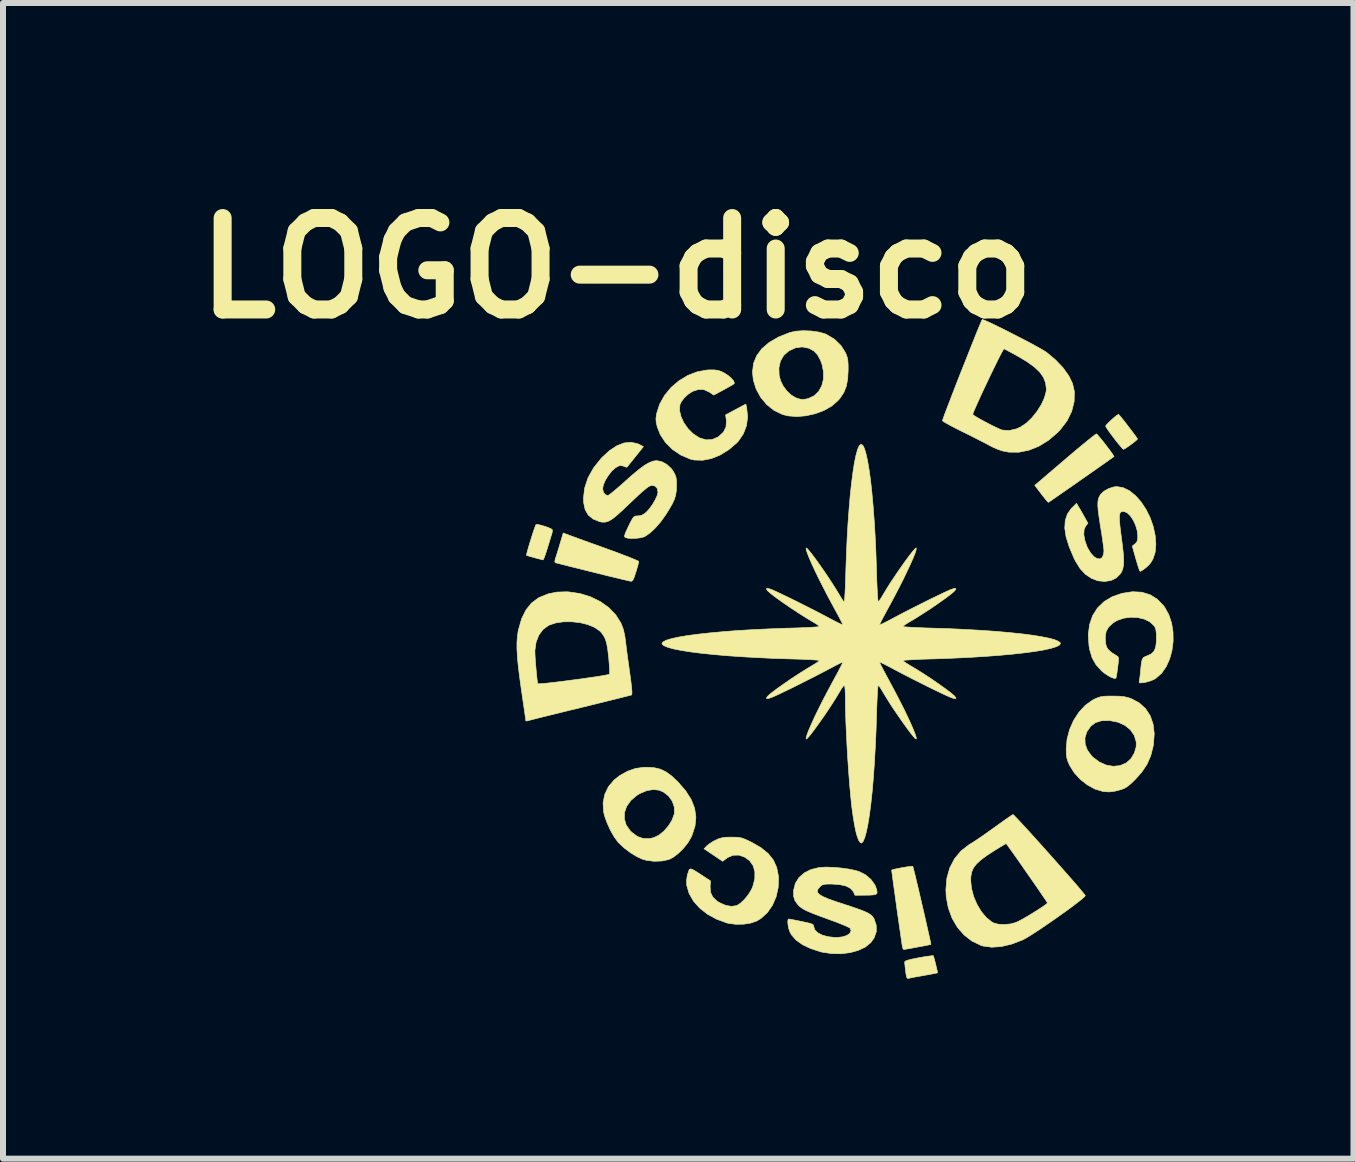
<source format=kicad_pcb>
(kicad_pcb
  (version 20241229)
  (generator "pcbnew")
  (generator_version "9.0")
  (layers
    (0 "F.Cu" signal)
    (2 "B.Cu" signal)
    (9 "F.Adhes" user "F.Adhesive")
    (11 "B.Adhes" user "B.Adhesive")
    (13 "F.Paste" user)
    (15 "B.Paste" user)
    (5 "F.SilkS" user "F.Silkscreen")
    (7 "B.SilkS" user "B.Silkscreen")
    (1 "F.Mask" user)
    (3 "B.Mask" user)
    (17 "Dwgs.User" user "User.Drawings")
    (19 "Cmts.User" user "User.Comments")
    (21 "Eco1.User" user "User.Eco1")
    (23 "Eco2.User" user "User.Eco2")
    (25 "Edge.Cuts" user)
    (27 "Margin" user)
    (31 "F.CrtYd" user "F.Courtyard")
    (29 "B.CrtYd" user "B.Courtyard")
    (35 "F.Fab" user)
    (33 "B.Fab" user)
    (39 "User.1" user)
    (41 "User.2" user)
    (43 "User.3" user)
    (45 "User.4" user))
  (footprint "LOGO-disco"
    (layer "F.Cu")
    (at 11.038 7.768)
    (property "Reference" "LOGO-disco" (at -3.81 -6.35 0) (layer "F.SilkS") (effects (font (size 1.524 1.524) (thickness 0.3))))
    (attr through_hole)
    (fp_poly (pts (xy 1.465 5.108) (xy 1.472 5.129) (xy 1.485 5.174) (xy 1.5 5.233) (xy 1.515 5.296) (xy 1.528 5.35) (xy 1.535 5.386) (xy 1.535 5.394) (xy 1.516 5.399) (xy 1.468 5.408) (xy 1.397 5.422) (xy 1.311 5.437) (xy 1.307 5.438) (xy 1.217 5.454) (xy 1.138 5.468) (xy 1.08 5.48) (xy 1.051 5.486) (xy 1.033 5.485) (xy 1.021 5.466) (xy 1.011 5.42) (xy 1.004 5.368) (xy 0.996 5.299) (xy 0.99 5.243) (xy 0.988 5.213) (xy 0.999 5.199) (xy 1.036 5.184) (xy 1.101 5.167) (xy 1.2 5.147) (xy 1.222 5.143) (xy 1.311 5.127) (xy 1.386 5.116) (xy 1.439 5.109) (xy 1.464 5.108) (xy 1.465 5.108)) (stroke (width 0.01) (type solid)) (fill yes) (layer "F.SilkS"))
    (fp_poly (pts (xy 4.566 -3.898) (xy 4.598 -3.86) (xy 4.642 -3.806) (xy 4.692 -3.741) (xy 4.744 -3.673) (xy 4.793 -3.609) (xy 4.834 -3.554) (xy 4.86 -3.517) (xy 4.868 -3.504) (xy 4.856 -3.488) (xy 4.821 -3.458) (xy 4.773 -3.421) (xy 4.721 -3.383) (xy 4.674 -3.351) (xy 4.641 -3.333) (xy 4.633 -3.33) (xy 4.617 -3.344) (xy 4.583 -3.383) (xy 4.536 -3.44) (xy 4.481 -3.509) (xy 4.478 -3.514) (xy 4.424 -3.586) (xy 4.379 -3.648) (xy 4.349 -3.694) (xy 4.337 -3.718) (xy 4.337 -3.718) (xy 4.35 -3.738) (xy 4.384 -3.774) (xy 4.429 -3.817) (xy 4.478 -3.86) (xy 4.52 -3.894) (xy 4.548 -3.912) (xy 4.552 -3.913) (xy 4.566 -3.898)) (stroke (width 0.01) (type solid)) (fill yes) (layer "F.SilkS"))
    (fp_poly (pts (xy -5.085 -2.069) (xy -5.026 -2.052) (xy -4.965 -2.032) (xy -4.915 -2.011) (xy -4.887 -1.995) (xy -4.882 -1.97) (xy -4.89 -1.928) (xy -4.891 -1.927) (xy -4.904 -1.886) (xy -4.924 -1.82) (xy -4.949 -1.738) (xy -4.967 -1.679) (xy -4.992 -1.601) (xy -5.014 -1.538) (xy -5.031 -1.498) (xy -5.038 -1.488) (xy -5.062 -1.493) (xy -5.112 -1.506) (xy -5.176 -1.523) (xy -5.18 -1.524) (xy -5.244 -1.542) (xy -5.292 -1.556) (xy -5.314 -1.564) (xy -5.314 -1.565) (xy -5.311 -1.585) (xy -5.299 -1.632) (xy -5.28 -1.7) (xy -5.256 -1.78) (xy -5.23 -1.863) (xy -5.205 -1.942) (xy -5.182 -2.01) (xy -5.164 -2.058) (xy -5.155 -2.077) (xy -5.132 -2.078) (xy -5.085 -2.069)) (stroke (width 0.01) (type solid)) (fill yes) (layer "F.SilkS"))
    (fp_poly (pts (xy 4.202 -3.572) (xy 4.235 -3.533) (xy 4.279 -3.48) (xy 4.329 -3.417) (xy 4.378 -3.352) (xy 4.422 -3.293) (xy 4.456 -3.245) (xy 4.474 -3.216) (xy 4.476 -3.21) (xy 4.454 -3.194) (xy 4.406 -3.16) (xy 4.337 -3.111) (xy 4.251 -3.051) (xy 4.152 -2.981) (xy 4.045 -2.906) (xy 3.933 -2.828) (xy 3.821 -2.749) (xy 3.713 -2.674) (xy 3.613 -2.605) (xy 3.526 -2.544) (xy 3.456 -2.496) (xy 3.407 -2.462) (xy 3.383 -2.447) (xy 3.382 -2.446) (xy 3.367 -2.46) (xy 3.336 -2.497) (xy 3.292 -2.552) (xy 3.264 -2.588) (xy 3.156 -2.73) (xy 3.229 -2.792) (xy 3.262 -2.82) (xy 3.319 -2.869) (xy 3.396 -2.935) (xy 3.489 -3.014) (xy 3.593 -3.103) (xy 3.704 -3.198) (xy 3.735 -3.224) (xy 3.843 -3.316) (xy 3.943 -3.399) (xy 4.031 -3.471) (xy 4.102 -3.528) (xy 4.153 -3.568) (xy 4.181 -3.586) (xy 4.185 -3.588) (xy 4.202 -3.572)) (stroke (width 0.01) (type solid)) (fill yes) (layer "F.SilkS"))
    (fp_poly (pts (xy -4.585 -1.892) (xy -4.537 -1.875) (xy -4.459 -1.846) (xy -4.357 -1.809) (xy -4.238 -1.766) (xy -4.106 -1.719) (xy -3.969 -1.669) (xy -3.956 -1.664) (xy -3.825 -1.617) (xy -3.707 -1.572) (xy -3.605 -1.533) (xy -3.524 -1.5) (xy -3.469 -1.476) (xy -3.444 -1.462) (xy -3.443 -1.461) (xy -3.448 -1.435) (xy -3.462 -1.383) (xy -3.482 -1.314) (xy -3.491 -1.285) (xy -3.517 -1.205) (xy -3.538 -1.157) (xy -3.558 -1.134) (xy -3.571 -1.131) (xy -3.596 -1.136) (xy -3.654 -1.149) (xy -3.739 -1.169) (xy -3.846 -1.195) (xy -3.972 -1.225) (xy -4.112 -1.26) (xy -4.205 -1.283) (xy -4.35 -1.319) (xy -4.485 -1.353) (xy -4.603 -1.382) (xy -4.701 -1.407) (xy -4.775 -1.426) (xy -4.819 -1.437) (xy -4.83 -1.44) (xy -4.842 -1.454) (xy -4.838 -1.488) (xy -4.826 -1.528) (xy -4.808 -1.584) (xy -4.784 -1.662) (xy -4.758 -1.747) (xy -4.751 -1.772) (xy -4.702 -1.936) (xy -4.585 -1.892)) (stroke (width 0.01) (type solid)) (fill yes) (layer "F.SilkS"))
    (fp_poly (pts (xy 1.123 3.619) (xy 1.129 3.639) (xy 1.142 3.69) (xy 1.162 3.767) (xy 1.185 3.866) (xy 1.213 3.981) (xy 1.242 4.107) (xy 1.273 4.24) (xy 1.304 4.373) (xy 1.334 4.503) (xy 1.361 4.624) (xy 1.385 4.73) (xy 1.405 4.818) (xy 1.418 4.882) (xy 1.425 4.916) (xy 1.425 4.921) (xy 1.406 4.925) (xy 1.359 4.935) (xy 1.292 4.948) (xy 1.215 4.962) (xy 1.136 4.977) (xy 1.064 4.99) (xy 1.007 5) (xy 0.976 5.004) (xy 0.972 5.005) (xy 0.959 4.989) (xy 0.951 4.962) (xy 0.946 4.936) (xy 0.938 4.879) (xy 0.926 4.796) (xy 0.911 4.691) (xy 0.894 4.572) (xy 0.875 4.442) (xy 0.856 4.308) (xy 0.838 4.174) (xy 0.82 4.046) (xy 0.804 3.929) (xy 0.79 3.829) (xy 0.78 3.752) (xy 0.773 3.701) (xy 0.771 3.683) (xy 0.788 3.675) (xy 0.833 3.664) (xy 0.895 3.651) (xy 0.964 3.638) (xy 1.031 3.627) (xy 1.086 3.62) (xy 1.119 3.618) (xy 1.123 3.619)) (stroke (width 0.01) (type solid)) (fill yes) (layer "F.SilkS"))
    (fp_poly (pts (xy -3.19 1.975) (xy -3.086 1.999) (xy -2.991 2.044) (xy -2.895 2.114) (xy -2.794 2.209) (xy -2.663 2.359) (xy -2.569 2.507) (xy -2.512 2.653) (xy -2.491 2.8) (xy -2.506 2.949) (xy -2.556 3.102) (xy -2.572 3.137) (xy -2.628 3.231) (xy -2.703 3.324) (xy -2.787 3.406) (xy -2.873 3.471) (xy -2.943 3.506) (xy -3.058 3.53) (xy -3.188 3.535) (xy -3.315 3.519) (xy -3.383 3.5) (xy -3.478 3.456) (xy -3.583 3.391) (xy -3.685 3.314) (xy -3.77 3.235) (xy -3.791 3.213) (xy -3.854 3.126) (xy -3.916 3.017) (xy -3.97 2.898) (xy -3.996 2.827) (xy -3.684 2.827) (xy -3.653 2.93) (xy -3.588 3.024) (xy -3.562 3.05) (xy -3.467 3.121) (xy -3.368 3.156) (xy -3.261 3.156) (xy -3.196 3.142) (xy -3.11 3.102) (xy -3.025 3.033) (xy -2.949 2.946) (xy -2.889 2.85) (xy -2.853 2.752) (xy -2.849 2.733) (xy -2.851 2.631) (xy -2.885 2.533) (xy -2.946 2.448) (xy -3.03 2.382) (xy -3.104 2.35) (xy -3.202 2.339) (xy -3.312 2.358) (xy -3.425 2.406) (xy -3.477 2.438) (xy -3.577 2.523) (xy -3.645 2.619) (xy -3.681 2.722) (xy -3.684 2.827) (xy -3.996 2.827) (xy -4.011 2.785) (xy -4.029 2.712) (xy -4.038 2.562) (xy -4.01 2.421) (xy -3.949 2.293) (xy -3.855 2.181) (xy -3.761 2.107) (xy -3.627 2.033) (xy -3.498 1.988) (xy -3.362 1.969) (xy -3.311 1.968) (xy -3.19 1.975)) (stroke (width 0.01) (type solid)) (fill yes) (layer "F.SilkS"))
    (fp_poly (pts (xy -2.177 -4.653) (xy -2.119 -4.645) (xy -2.065 -4.626) (xy -2.017 -4.601) (xy -1.952 -4.559) (xy -1.899 -4.513) (xy -1.863 -4.47) (xy -1.85 -4.436) (xy -1.856 -4.422) (xy -1.879 -4.407) (xy -1.927 -4.379) (xy -1.991 -4.343) (xy -2.033 -4.32) (xy -2.194 -4.234) (xy -2.266 -4.283) (xy -2.355 -4.324) (xy -2.448 -4.328) (xy -2.547 -4.296) (xy -2.552 -4.293) (xy -2.622 -4.247) (xy -2.687 -4.186) (xy -2.736 -4.121) (xy -2.758 -4.072) (xy -2.764 -3.979) (xy -2.74 -3.877) (xy -2.692 -3.773) (xy -2.624 -3.676) (xy -2.54 -3.592) (xy -2.445 -3.529) (xy -2.423 -3.518) (xy -2.318 -3.488) (xy -2.222 -3.493) (xy -2.127 -3.533) (xy -2.107 -3.547) (xy -2.031 -3.618) (xy -1.989 -3.704) (xy -1.983 -3.803) (xy -1.984 -3.816) (xy -1.996 -3.904) (xy -1.828 -3.994) (xy -1.659 -4.084) (xy -1.645 -4.022) (xy -1.629 -3.873) (xy -1.648 -3.726) (xy -1.7 -3.589) (xy -1.782 -3.468) (xy -1.809 -3.439) (xy -1.945 -3.323) (xy -2.088 -3.235) (xy -2.234 -3.176) (xy -2.378 -3.148) (xy -2.516 -3.152) (xy -2.587 -3.168) (xy -2.743 -3.235) (xy -2.882 -3.328) (xy -2.997 -3.443) (xy -3.084 -3.575) (xy -3.135 -3.703) (xy -3.152 -3.778) (xy -3.157 -3.839) (xy -3.148 -3.907) (xy -3.145 -3.927) (xy -3.095 -4.083) (xy -3.013 -4.229) (xy -2.905 -4.36) (xy -2.774 -4.472) (xy -2.628 -4.561) (xy -2.469 -4.622) (xy -2.305 -4.652) (xy -2.258 -4.654) (xy -2.177 -4.653)) (stroke (width 0.01) (type solid)) (fill yes) (layer "F.SilkS"))
    (fp_poly (pts (xy -0.572 -5.302) (xy -0.448 -5.285) (xy -0.344 -5.257) (xy -0.318 -5.246) (xy -0.182 -5.165) (xy -0.074 -5.06) (xy -0.005 -4.951) (xy 0.019 -4.899) (xy 0.034 -4.852) (xy 0.042 -4.8) (xy 0.046 -4.732) (xy 0.046 -4.647) (xy 0.038 -4.501) (xy 0.015 -4.38) (xy -0.026 -4.277) (xy -0.09 -4.181) (xy -0.125 -4.141) (xy -0.227 -4.052) (xy -0.355 -3.979) (xy -0.502 -3.924) (xy -0.657 -3.889) (xy -0.812 -3.876) (xy -0.958 -3.888) (xy -1.048 -3.911) (xy -1.187 -3.978) (xy -1.31 -4.075) (xy -1.411 -4.196) (xy -1.487 -4.334) (xy -1.534 -4.484) (xy -1.548 -4.619) (xy -1.539 -4.688) (xy -1.108 -4.688) (xy -1.104 -4.565) (xy -1.08 -4.472) (xy -1.038 -4.387) (xy -0.976 -4.304) (xy -0.903 -4.235) (xy -0.829 -4.19) (xy -0.818 -4.186) (xy -0.754 -4.166) (xy -0.705 -4.161) (xy -0.652 -4.169) (xy -0.616 -4.178) (xy -0.521 -4.222) (xy -0.446 -4.294) (xy -0.394 -4.387) (xy -0.366 -4.497) (xy -0.364 -4.618) (xy -0.389 -4.744) (xy -0.415 -4.815) (xy -0.464 -4.905) (xy -0.522 -4.967) (xy -0.599 -5.01) (xy -0.614 -5.016) (xy -0.72 -5.037) (xy -0.831 -5.022) (xy -0.943 -4.97) (xy -0.945 -4.968) (xy -1.028 -4.895) (xy -1.083 -4.8) (xy -1.108 -4.688) (xy -1.539 -4.688) (xy -1.531 -4.761) (xy -1.478 -4.891) (xy -1.391 -5.008) (xy -1.27 -5.111) (xy -1.116 -5.201) (xy -0.93 -5.275) (xy -0.925 -5.277) (xy -0.823 -5.299) (xy -0.701 -5.307) (xy -0.572 -5.302)) (stroke (width 0.01) (type solid)) (fill yes) (layer "F.SilkS"))
    (fp_poly (pts (xy 4.563 0.784) (xy 4.64 0.791) (xy 4.704 0.805) (xy 4.762 0.824) (xy 4.896 0.895) (xy 5.002 0.991) (xy 5.08 1.11) (xy 5.128 1.25) (xy 5.147 1.409) (xy 5.134 1.586) (xy 5.129 1.617) (xy 5.089 1.776) (xy 5.028 1.916) (xy 4.941 2.047) (xy 4.835 2.166) (xy 4.761 2.238) (xy 4.702 2.287) (xy 4.65 2.319) (xy 4.6 2.338) (xy 4.486 2.368) (xy 4.39 2.379) (xy 4.296 2.372) (xy 4.288 2.37) (xy 4.161 2.332) (xy 4.034 2.263) (xy 3.916 2.171) (xy 3.815 2.061) (xy 3.741 1.944) (xy 3.709 1.874) (xy 3.691 1.815) (xy 3.682 1.749) (xy 3.68 1.668) (xy 3.694 1.503) (xy 3.7 1.479) (xy 3.992 1.479) (xy 3.996 1.583) (xy 4.034 1.686) (xy 4.106 1.782) (xy 4.123 1.799) (xy 4.231 1.88) (xy 4.347 1.932) (xy 4.464 1.952) (xy 4.577 1.941) (xy 4.68 1.896) (xy 4.685 1.893) (xy 4.761 1.823) (xy 4.816 1.731) (xy 4.846 1.629) (xy 4.847 1.546) (xy 4.814 1.437) (xy 4.75 1.344) (xy 4.659 1.27) (xy 4.545 1.218) (xy 4.412 1.191) (xy 4.393 1.189) (xy 4.269 1.193) (xy 4.168 1.224) (xy 4.089 1.283) (xy 4.026 1.373) (xy 4.024 1.377) (xy 3.992 1.479) (xy 3.7 1.479) (xy 3.736 1.341) (xy 3.803 1.188) (xy 3.892 1.051) (xy 3.998 0.936) (xy 4.118 0.85) (xy 4.154 0.831) (xy 4.208 0.808) (xy 4.256 0.793) (xy 4.311 0.785) (xy 4.383 0.782) (xy 4.459 0.782) (xy 4.563 0.784)) (stroke (width 0.01) (type solid)) (fill yes) (layer "F.SilkS"))
    (fp_poly (pts (xy -1.824 3.134) (xy -1.767 3.138) (xy -1.717 3.15) (xy -1.661 3.172) (xy -1.587 3.207) (xy -1.558 3.221) (xy -1.405 3.31) (xy -1.287 3.406) (xy -1.201 3.513) (xy -1.145 3.636) (xy -1.117 3.776) (xy -1.114 3.809) (xy -1.12 3.971) (xy -1.154 4.126) (xy -1.215 4.267) (xy -1.299 4.389) (xy -1.404 4.485) (xy -1.475 4.529) (xy -1.575 4.564) (xy -1.695 4.583) (xy -1.823 4.585) (xy -1.945 4.57) (xy -1.976 4.562) (xy -2.146 4.5) (xy -2.298 4.417) (xy -2.427 4.316) (xy -2.53 4.201) (xy -2.603 4.074) (xy -2.643 3.94) (xy -2.644 3.931) (xy -2.646 3.847) (xy -2.632 3.759) (xy -2.607 3.685) (xy -2.598 3.67) (xy -2.584 3.662) (xy -2.559 3.667) (xy -2.516 3.688) (xy -2.451 3.729) (xy -2.414 3.753) (xy -2.248 3.862) (xy -2.254 3.958) (xy -2.247 4.053) (xy -2.21 4.131) (xy -2.141 4.197) (xy -2.099 4.224) (xy -1.998 4.269) (xy -1.9 4.286) (xy -1.814 4.274) (xy -1.806 4.271) (xy -1.746 4.232) (xy -1.68 4.169) (xy -1.617 4.091) (xy -1.566 4.008) (xy -1.544 3.959) (xy -1.51 3.83) (xy -1.508 3.712) (xy -1.537 3.609) (xy -1.596 3.525) (xy -1.675 3.467) (xy -1.774 3.432) (xy -1.871 3.434) (xy -1.963 3.473) (xy -1.982 3.487) (xy -2.045 3.535) (xy -2.2 3.431) (xy -2.355 3.327) (xy -2.312 3.281) (xy -2.272 3.248) (xy -2.212 3.209) (xy -2.165 3.184) (xy -2.105 3.157) (xy -2.049 3.142) (xy -1.985 3.134) (xy -1.899 3.133) (xy -1.824 3.134)) (stroke (width 0.01) (type solid)) (fill yes) (layer "F.SilkS"))
    (fp_poly (pts (xy 4.94 -0.949) (xy 5.078 -0.907) (xy 5.199 -0.831) (xy 5.304 -0.722) (xy 5.319 -0.702) (xy 5.389 -0.576) (xy 5.436 -0.436) (xy 5.46 -0.285) (xy 5.462 -0.132) (xy 5.443 0.02) (xy 5.404 0.163) (xy 5.346 0.292) (xy 5.27 0.401) (xy 5.176 0.484) (xy 5.136 0.508) (xy 5.075 0.532) (xy 5.002 0.552) (xy 4.979 0.556) (xy 4.925 0.562) (xy 4.9 0.56) (xy 4.895 0.546) (xy 4.898 0.534) (xy 4.904 0.498) (xy 4.912 0.437) (xy 4.919 0.367) (xy 4.928 0.272) (xy 4.937 0.208) (xy 4.949 0.166) (xy 4.967 0.141) (xy 4.995 0.124) (xy 5.027 0.112) (xy 5.096 0.08) (xy 5.143 0.035) (xy 5.17 -0.028) (xy 5.182 -0.117) (xy 5.183 -0.179) (xy 5.182 -0.263) (xy 5.175 -0.32) (xy 5.162 -0.361) (xy 5.145 -0.389) (xy 5.075 -0.455) (xy 4.981 -0.501) (xy 4.871 -0.527) (xy 4.754 -0.532) (xy 4.636 -0.516) (xy 4.528 -0.478) (xy 4.462 -0.438) (xy 4.388 -0.37) (xy 4.346 -0.297) (xy 4.331 -0.208) (xy 4.332 -0.156) (xy 4.339 -0.084) (xy 4.353 -0.036) (xy 4.379 0.004) (xy 4.392 0.017) (xy 4.441 0.06) (xy 4.492 0.092) (xy 4.499 0.095) (xy 4.543 0.126) (xy 4.553 0.158) (xy 4.55 0.201) (xy 4.543 0.263) (xy 4.534 0.332) (xy 4.525 0.399) (xy 4.516 0.453) (xy 4.509 0.482) (xy 4.508 0.485) (xy 4.481 0.487) (xy 4.433 0.471) (xy 4.374 0.439) (xy 4.312 0.397) (xy 4.271 0.363) (xy 4.178 0.261) (xy 4.112 0.145) (xy 4.071 0.007) (xy 4.06 -0.056) (xy 4.048 -0.241) (xy 4.069 -0.408) (xy 4.12 -0.558) (xy 4.202 -0.687) (xy 4.312 -0.793) (xy 4.449 -0.875) (xy 4.612 -0.931) (xy 4.614 -0.931) (xy 4.785 -0.957) (xy 4.94 -0.949)) (stroke (width 0.01) (type solid)) (fill yes) (layer "F.SilkS"))
    (fp_poly (pts (xy 4.631 -2.69) (xy 4.735 -2.639) (xy 4.834 -2.559) (xy 4.927 -2.455) (xy 5.009 -2.331) (xy 5.078 -2.193) (xy 5.13 -2.045) (xy 5.163 -1.891) (xy 5.174 -1.75) (xy 5.163 -1.617) (xy 5.127 -1.506) (xy 5.093 -1.447) (xy 5.058 -1.404) (xy 5.01 -1.36) (xy 4.961 -1.322) (xy 4.922 -1.3) (xy 4.911 -1.298) (xy 4.901 -1.315) (xy 4.884 -1.361) (xy 4.863 -1.43) (xy 4.84 -1.508) (xy 4.781 -1.718) (xy 4.827 -1.754) (xy 4.856 -1.785) (xy 4.87 -1.825) (xy 4.873 -1.883) (xy 4.863 -1.974) (xy 4.836 -2.066) (xy 4.796 -2.152) (xy 4.747 -2.224) (xy 4.694 -2.274) (xy 4.641 -2.295) (xy 4.635 -2.295) (xy 4.605 -2.292) (xy 4.584 -2.279) (xy 4.571 -2.252) (xy 4.566 -2.206) (xy 4.568 -2.138) (xy 4.577 -2.043) (xy 4.592 -1.918) (xy 4.6 -1.858) (xy 4.62 -1.702) (xy 4.633 -1.578) (xy 4.638 -1.48) (xy 4.635 -1.404) (xy 4.624 -1.344) (xy 4.606 -1.294) (xy 4.584 -1.258) (xy 4.515 -1.188) (xy 4.424 -1.144) (xy 4.32 -1.128) (xy 4.208 -1.14) (xy 4.105 -1.178) (xy 4.002 -1.246) (xy 3.912 -1.342) (xy 3.832 -1.472) (xy 3.81 -1.516) (xy 3.73 -1.705) (xy 3.678 -1.871) (xy 3.656 -2.017) (xy 3.664 -2.143) (xy 3.7 -2.252) (xy 3.765 -2.345) (xy 3.779 -2.358) (xy 3.852 -2.43) (xy 3.889 -2.367) (xy 3.92 -2.316) (xy 3.958 -2.249) (xy 3.985 -2.201) (xy 4.042 -2.098) (xy 4.004 -2.051) (xy 3.978 -1.992) (xy 3.973 -1.91) (xy 3.99 -1.813) (xy 4.026 -1.71) (xy 4.038 -1.685) (xy 4.089 -1.6) (xy 4.143 -1.541) (xy 4.196 -1.509) (xy 4.243 -1.504) (xy 4.281 -1.528) (xy 4.303 -1.582) (xy 4.309 -1.637) (xy 4.306 -1.675) (xy 4.297 -1.742) (xy 4.285 -1.832) (xy 4.269 -1.938) (xy 4.251 -2.048) (xy 4.229 -2.191) (xy 4.214 -2.302) (xy 4.207 -2.388) (xy 4.208 -2.453) (xy 4.216 -2.504) (xy 4.233 -2.545) (xy 4.254 -2.58) (xy 4.309 -2.632) (xy 4.387 -2.676) (xy 4.472 -2.703) (xy 4.526 -2.709) (xy 4.631 -2.69)) (stroke (width 0.01) (type solid)) (fill yes) (layer "F.SilkS"))
    (fp_poly (pts (xy -0.204 3.636) (xy -0.073 3.647) (xy 0.052 3.664) (xy 0.159 3.686) (xy 0.232 3.707) (xy 0.338 3.762) (xy 0.427 3.839) (xy 0.492 3.929) (xy 0.515 3.986) (xy 0.527 4.033) (xy 0.527 4.065) (xy 0.51 4.085) (xy 0.47 4.095) (xy 0.402 4.099) (xy 0.32 4.1) (xy 0.16 4.101) (xy 0.132 4.04) (xy 0.086 3.986) (xy 0.007 3.946) (xy -0.103 3.922) (xy -0.231 3.914) (xy -0.308 3.915) (xy -0.357 3.92) (xy -0.391 3.932) (xy -0.418 3.954) (xy -0.424 3.96) (xy -0.455 3.997) (xy -0.468 4.03) (xy -0.459 4.061) (xy -0.427 4.092) (xy -0.369 4.126) (xy -0.282 4.163) (xy -0.163 4.205) (xy -0.021 4.252) (xy 0.123 4.299) (xy 0.234 4.338) (xy 0.319 4.371) (xy 0.381 4.4) (xy 0.424 4.428) (xy 0.454 4.457) (xy 0.475 4.488) (xy 0.477 4.491) (xy 0.514 4.601) (xy 0.515 4.71) (xy 0.478 4.813) (xy 0.422 4.891) (xy 0.333 4.964) (xy 0.217 5.019) (xy 0.08 5.057) (xy -0.071 5.076) (xy -0.229 5.073) (xy -0.387 5.049) (xy -0.405 5.045) (xy -0.572 4.992) (xy -0.712 4.926) (xy -0.823 4.847) (xy -0.901 4.757) (xy -0.924 4.713) (xy -0.943 4.66) (xy -0.955 4.601) (xy -0.96 4.547) (xy -0.956 4.508) (xy -0.945 4.497) (xy -0.922 4.5) (xy -0.87 4.51) (xy -0.798 4.524) (xy -0.729 4.538) (xy -0.64 4.557) (xy -0.582 4.571) (xy -0.548 4.585) (xy -0.532 4.599) (xy -0.527 4.617) (xy -0.527 4.624) (xy -0.509 4.679) (xy -0.459 4.727) (xy -0.384 4.766) (xy -0.287 4.792) (xy -0.176 4.804) (xy -0.136 4.804) (xy -0.046 4.794) (xy 0.025 4.771) (xy 0.074 4.737) (xy 0.094 4.695) (xy 0.083 4.653) (xy 0.06 4.638) (xy 0.008 4.613) (xy -0.068 4.582) (xy -0.161 4.545) (xy -0.263 4.508) (xy -0.408 4.455) (xy -0.522 4.412) (xy -0.61 4.376) (xy -0.676 4.345) (xy -0.725 4.316) (xy -0.762 4.288) (xy -0.792 4.257) (xy -0.797 4.252) (xy -0.841 4.188) (xy -0.862 4.121) (xy -0.864 4.036) (xy -0.861 4.01) (xy -0.833 3.901) (xy -0.773 3.806) (xy -0.685 3.729) (xy -0.574 3.673) (xy -0.443 3.64) (xy -0.331 3.632) (xy -0.204 3.636)) (stroke (width 0.01) (type solid)) (fill yes) (layer "F.SilkS"))
    (fp_poly (pts (xy 2.308 -5.485) (xy 2.363 -5.462) (xy 2.441 -5.426) (xy 2.537 -5.379) (xy 2.645 -5.326) (xy 2.761 -5.267) (xy 2.88 -5.206) (xy 2.996 -5.146) (xy 3.104 -5.089) (xy 3.199 -5.037) (xy 3.277 -4.993) (xy 3.331 -4.96) (xy 3.349 -4.949) (xy 3.501 -4.822) (xy 3.626 -4.691) (xy 3.722 -4.557) (xy 3.786 -4.425) (xy 3.815 -4.297) (xy 3.816 -4.294) (xy 3.812 -4.125) (xy 3.771 -3.962) (xy 3.694 -3.805) (xy 3.579 -3.655) (xy 3.538 -3.612) (xy 3.387 -3.482) (xy 3.226 -3.383) (xy 3.06 -3.316) (xy 2.891 -3.282) (xy 2.724 -3.283) (xy 2.616 -3.304) (xy 2.542 -3.329) (xy 2.458 -3.366) (xy 2.399 -3.396) (xy 2.346 -3.425) (xy 2.266 -3.466) (xy 2.168 -3.516) (xy 2.06 -3.571) (xy 1.952 -3.624) (xy 1.85 -3.675) (xy 1.76 -3.722) (xy 1.688 -3.761) (xy 1.639 -3.79) (xy 1.618 -3.806) (xy 1.618 -3.807) (xy 1.625 -3.83) (xy 1.644 -3.883) (xy 1.653 -3.91) (xy 2.122 -3.91) (xy 2.153 -3.888) (xy 2.208 -3.854) (xy 2.282 -3.813) (xy 2.364 -3.769) (xy 2.447 -3.726) (xy 2.522 -3.69) (xy 2.581 -3.663) (xy 2.613 -3.651) (xy 2.729 -3.643) (xy 2.851 -3.671) (xy 2.923 -3.704) (xy 3.017 -3.768) (xy 3.109 -3.856) (xy 3.193 -3.961) (xy 3.264 -4.073) (xy 3.316 -4.185) (xy 3.345 -4.289) (xy 3.349 -4.335) (xy 3.337 -4.435) (xy 3.302 -4.528) (xy 3.24 -4.616) (xy 3.148 -4.703) (xy 3.025 -4.792) (xy 2.879 -4.879) (xy 2.796 -4.925) (xy 2.725 -4.963) (xy 2.673 -4.991) (xy 2.645 -5.004) (xy 2.642 -5.005) (xy 2.63 -4.988) (xy 2.605 -4.943) (xy 2.568 -4.873) (xy 2.524 -4.784) (xy 2.473 -4.68) (xy 2.418 -4.567) (xy 2.362 -4.449) (xy 2.306 -4.331) (xy 2.254 -4.219) (xy 2.208 -4.117) (xy 2.169 -4.03) (xy 2.14 -3.963) (xy 2.125 -3.922) (xy 2.122 -3.91) (xy 1.653 -3.91) (xy 1.673 -3.962) (xy 1.711 -4.063) (xy 1.757 -4.182) (xy 1.808 -4.315) (xy 1.863 -4.457) (xy 1.921 -4.605) (xy 1.98 -4.753) (xy 2.038 -4.899) (xy 2.093 -5.038) (xy 2.144 -5.166) (xy 2.189 -5.279) (xy 2.228 -5.372) (xy 2.257 -5.441) (xy 2.275 -5.483) (xy 2.281 -5.494) (xy 2.308 -5.485)) (stroke (width 0.01) (type solid)) (fill yes) (layer "F.SilkS"))
    (fp_poly (pts (xy 2.808 2.768) (xy 2.845 2.806) (xy 2.901 2.865) (xy 2.973 2.943) (xy 3.058 3.035) (xy 3.152 3.14) (xy 3.254 3.252) (xy 3.359 3.37) (xy 3.466 3.49) (xy 3.57 3.608) (xy 3.67 3.721) (xy 3.762 3.825) (xy 3.843 3.918) (xy 3.91 3.997) (xy 3.96 4.057) (xy 3.99 4.095) (xy 3.998 4.107) (xy 3.986 4.125) (xy 3.946 4.16) (xy 3.884 4.21) (xy 3.803 4.272) (xy 3.709 4.342) (xy 3.604 4.417) (xy 3.494 4.495) (xy 3.382 4.572) (xy 3.274 4.646) (xy 3.173 4.713) (xy 3.084 4.77) (xy 3.011 4.814) (xy 2.959 4.843) (xy 2.954 4.845) (xy 2.771 4.915) (xy 2.598 4.956) (xy 2.439 4.967) (xy 2.297 4.948) (xy 2.258 4.936) (xy 2.108 4.864) (xy 1.977 4.762) (xy 1.866 4.634) (xy 1.778 4.483) (xy 1.716 4.314) (xy 1.681 4.13) (xy 1.675 4.008) (xy 1.688 3.854) (xy 2.088 3.854) (xy 2.102 3.988) (xy 2.138 4.124) (xy 2.194 4.255) (xy 2.266 4.374) (xy 2.349 4.473) (xy 2.439 4.545) (xy 2.474 4.564) (xy 2.55 4.584) (xy 2.646 4.589) (xy 2.747 4.58) (xy 2.839 4.556) (xy 2.841 4.555) (xy 2.886 4.534) (xy 2.951 4.5) (xy 3.027 4.456) (xy 3.108 4.407) (xy 3.189 4.357) (xy 3.261 4.31) (xy 3.32 4.27) (xy 3.357 4.241) (xy 3.368 4.228) (xy 3.357 4.211) (xy 3.329 4.168) (xy 3.284 4.103) (xy 3.228 4.02) (xy 3.162 3.925) (xy 3.09 3.821) (xy 3.015 3.714) (xy 2.941 3.607) (xy 2.87 3.505) (xy 2.805 3.413) (xy 2.749 3.335) (xy 2.706 3.275) (xy 2.681 3.24) (xy 2.664 3.248) (xy 2.622 3.272) (xy 2.561 3.308) (xy 2.487 3.354) (xy 2.481 3.358) (xy 2.353 3.441) (xy 2.255 3.514) (xy 2.184 3.58) (xy 2.135 3.644) (xy 2.106 3.711) (xy 2.091 3.787) (xy 2.088 3.854) (xy 1.688 3.854) (xy 1.691 3.818) (xy 1.739 3.646) (xy 1.818 3.494) (xy 1.927 3.363) (xy 2.064 3.256) (xy 2.095 3.238) (xy 2.143 3.208) (xy 2.214 3.161) (xy 2.301 3.101) (xy 2.397 3.033) (xy 2.484 2.971) (xy 2.576 2.905) (xy 2.657 2.847) (xy 2.724 2.801) (xy 2.771 2.769) (xy 2.793 2.756) (xy 2.793 2.756) (xy 2.808 2.768)) (stroke (width 0.01) (type solid)) (fill yes) (layer "F.SilkS"))
    (fp_poly (pts (xy -3.467 -3.425) (xy -3.436 -3.412) (xy -3.366 -3.375) (xy -3.5 -3.207) (xy -3.554 -3.14) (xy -3.599 -3.084) (xy -3.629 -3.046) (xy -3.641 -3.032) (xy -3.66 -3.035) (xy -3.686 -3.047) (xy -3.735 -3.059) (xy -3.771 -3.056) (xy -3.828 -3.026) (xy -3.891 -2.97) (xy -3.95 -2.896) (xy -4 -2.815) (xy -4.034 -2.736) (xy -4.045 -2.674) (xy -4.033 -2.617) (xy -4.001 -2.575) (xy -3.959 -2.559) (xy -3.938 -2.571) (xy -3.893 -2.605) (xy -3.831 -2.656) (xy -3.755 -2.721) (xy -3.671 -2.796) (xy -3.668 -2.799) (xy -3.539 -2.913) (xy -3.431 -3.002) (xy -3.342 -3.067) (xy -3.266 -3.11) (xy -3.202 -3.134) (xy -3.146 -3.142) (xy -3.062 -3.125) (xy -2.977 -3.079) (xy -2.902 -3.01) (xy -2.865 -2.958) (xy -2.838 -2.907) (xy -2.822 -2.86) (xy -2.815 -2.804) (xy -2.814 -2.725) (xy -2.814 -2.719) (xy -2.818 -2.636) (xy -2.829 -2.564) (xy -2.851 -2.494) (xy -2.887 -2.417) (xy -2.94 -2.326) (xy -2.996 -2.237) (xy -3.078 -2.122) (xy -3.166 -2.021) (xy -3.253 -1.939) (xy -3.333 -1.883) (xy -3.358 -1.871) (xy -3.415 -1.856) (xy -3.487 -1.847) (xy -3.563 -1.845) (xy -3.628 -1.85) (xy -3.669 -1.862) (xy -3.679 -1.875) (xy -3.678 -1.899) (xy -3.664 -1.94) (xy -3.635 -2.004) (xy -3.613 -2.05) (xy -3.575 -2.127) (xy -3.547 -2.176) (xy -3.526 -2.204) (xy -3.503 -2.217) (xy -3.475 -2.22) (xy -3.458 -2.22) (xy -3.402 -2.228) (xy -3.35 -2.256) (xy -3.314 -2.286) (xy -3.266 -2.339) (xy -3.216 -2.408) (xy -3.172 -2.483) (xy -3.139 -2.552) (xy -3.124 -2.607) (xy -3.123 -2.614) (xy -3.136 -2.68) (xy -3.173 -2.718) (xy -3.217 -2.728) (xy -3.238 -2.726) (xy -3.263 -2.717) (xy -3.293 -2.699) (xy -3.333 -2.668) (xy -3.385 -2.624) (xy -3.454 -2.562) (xy -3.541 -2.48) (xy -3.651 -2.376) (xy -3.707 -2.322) (xy -3.803 -2.235) (xy -3.879 -2.173) (xy -3.943 -2.135) (xy -4 -2.117) (xy -4.056 -2.117) (xy -4.096 -2.125) (xy -4.204 -2.169) (xy -4.284 -2.234) (xy -4.336 -2.323) (xy -4.361 -2.438) (xy -4.365 -2.513) (xy -4.345 -2.685) (xy -4.289 -2.855) (xy -4.196 -3.021) (xy -4.066 -3.184) (xy -4.053 -3.197) (xy -3.931 -3.309) (xy -3.809 -3.389) (xy -3.69 -3.436) (xy -3.575 -3.448) (xy -3.467 -3.425)) (stroke (width 0.01) (type solid)) (fill yes) (layer "F.SilkS"))
    (fp_poly (pts (xy -4.61 -0.954) (xy -4.423 -0.927) (xy -4.246 -0.872) (xy -4.085 -0.793) (xy -3.944 -0.693) (xy -3.829 -0.575) (xy -3.744 -0.441) (xy -3.742 -0.438) (xy -3.703 -0.339) (xy -3.677 -0.228) (xy -3.665 -0.145) (xy -3.656 -0.069) (xy -3.643 0.034) (xy -3.627 0.155) (xy -3.609 0.283) (xy -3.594 0.392) (xy -3.575 0.532) (xy -3.563 0.637) (xy -3.557 0.709) (xy -3.558 0.75) (xy -3.563 0.763) (xy -3.585 0.769) (xy -3.64 0.783) (xy -3.724 0.804) (xy -3.834 0.832) (xy -3.965 0.864) (xy -4.114 0.901) (xy -4.277 0.941) (xy -4.431 0.979) (xy -4.604 1.021) (xy -4.766 1.061) (xy -4.914 1.097) (xy -5.043 1.129) (xy -5.15 1.156) (xy -5.231 1.177) (xy -5.283 1.19) (xy -5.301 1.195) (xy -5.323 1.197) (xy -5.325 1.194) (xy -5.327 1.174) (xy -5.335 1.121) (xy -5.346 1.041) (xy -5.361 0.939) (xy -5.379 0.818) (xy -5.398 0.685) (xy -5.4 0.673) (xy -5.429 0.462) (xy -5.451 0.283) (xy -5.466 0.131) (xy -5.47 0.046) (xy -5.174 0.046) (xy -5.172 0.098) (xy -5.168 0.172) (xy -5.161 0.26) (xy -5.153 0.352) (xy -5.145 0.439) (xy -5.137 0.512) (xy -5.13 0.561) (xy -5.127 0.575) (xy -5.108 0.577) (xy -5.057 0.574) (xy -4.98 0.567) (xy -4.882 0.556) (xy -4.768 0.543) (xy -4.644 0.527) (xy -4.515 0.51) (xy -4.386 0.493) (xy -4.264 0.475) (xy -4.153 0.459) (xy -4.059 0.444) (xy -3.987 0.431) (xy -3.942 0.421) (xy -3.93 0.417) (xy -3.928 0.394) (xy -3.929 0.342) (xy -3.934 0.267) (xy -3.941 0.175) (xy -3.944 0.146) (xy -3.959 0.015) (xy -3.976 -0.086) (xy -3.998 -0.163) (xy -4.028 -0.224) (xy -4.067 -0.276) (xy -4.095 -0.305) (xy -4.181 -0.364) (xy -4.294 -0.41) (xy -4.423 -0.442) (xy -4.562 -0.457) (xy -4.7 -0.456) (xy -4.828 -0.437) (xy -4.938 -0.4) (xy -4.947 -0.396) (xy -5.039 -0.328) (xy -5.109 -0.233) (xy -5.155 -0.115) (xy -5.174 0.022) (xy -5.174 0.046) (xy -5.47 0.046) (xy -5.473 0.002) (xy -5.473 -0.11) (xy -5.466 -0.209) (xy -5.453 -0.3) (xy -5.447 -0.326) (xy -5.396 -0.505) (xy -5.324 -0.652) (xy -5.231 -0.768) (xy -5.118 -0.852) (xy -5.098 -0.863) (xy -4.955 -0.921) (xy -4.808 -0.951) (xy -4.646 -0.956) (xy -4.61 -0.954)) (stroke (width 0.01) (type solid)) (fill yes) (layer "F.SilkS"))
    (fp_poly (pts (xy 0.291 -3.396) (xy 0.318 -3.343) (xy 0.344 -3.255) (xy 0.37 -3.137) (xy 0.395 -2.99) (xy 0.419 -2.817) (xy 0.441 -2.619) (xy 0.461 -2.399) (xy 0.479 -2.159) (xy 0.495 -1.901) (xy 0.508 -1.627) (xy 0.518 -1.34) (xy 0.52 -1.256) (xy 0.524 -1.128) (xy 0.529 -1.014) (xy 0.534 -0.918) (xy 0.539 -0.845) (xy 0.544 -0.801) (xy 0.547 -0.79) (xy 0.563 -0.805) (xy 0.591 -0.845) (xy 0.623 -0.898) (xy 0.672 -0.98) (xy 0.73 -1.074) (xy 0.796 -1.174) (xy 0.865 -1.277) (xy 0.935 -1.377) (xy 1.001 -1.471) (xy 1.062 -1.553) (xy 1.114 -1.62) (xy 1.153 -1.665) (xy 1.176 -1.686) (xy 1.18 -1.686) (xy 1.18 -1.661) (xy 1.164 -1.607) (xy 1.133 -1.527) (xy 1.088 -1.425) (xy 1.032 -1.305) (xy 0.967 -1.169) (xy 0.893 -1.023) (xy 0.812 -0.868) (xy 0.727 -0.71) (xy 0.721 -0.699) (xy 0.67 -0.605) (xy 0.626 -0.523) (xy 0.593 -0.458) (xy 0.573 -0.417) (xy 0.569 -0.403) (xy 0.587 -0.41) (xy 0.632 -0.431) (xy 0.698 -0.464) (xy 0.779 -0.507) (xy 0.819 -0.528) (xy 0.921 -0.582) (xy 1.038 -0.643) (xy 1.166 -0.708) (xy 1.296 -0.773) (xy 1.422 -0.836) (xy 1.539 -0.892) (xy 1.638 -0.94) (xy 1.715 -0.975) (xy 1.743 -0.988) (xy 1.807 -1.01) (xy 1.839 -1.012) (xy 1.84 -0.995) (xy 1.809 -0.96) (xy 1.764 -0.921) (xy 1.669 -0.849) (xy 1.552 -0.766) (xy 1.423 -0.677) (xy 1.291 -0.591) (xy 1.167 -0.513) (xy 1.068 -0.454) (xy 1.013 -0.421) (xy 0.974 -0.393) (xy 0.96 -0.378) (xy 0.978 -0.373) (xy 1.028 -0.369) (xy 1.106 -0.364) (xy 1.207 -0.359) (xy 1.324 -0.354) (xy 1.425 -0.351) (xy 1.716 -0.342) (xy 1.993 -0.329) (xy 2.256 -0.314) (xy 2.501 -0.297) (xy 2.727 -0.277) (xy 2.932 -0.256) (xy 3.113 -0.233) (xy 3.267 -0.208) (xy 3.394 -0.183) (xy 3.49 -0.156) (xy 3.554 -0.129) (xy 3.583 -0.102) (xy 3.584 -0.094) (xy 3.566 -0.067) (xy 3.512 -0.04) (xy 3.425 -0.013) (xy 3.307 0.013) (xy 3.16 0.038) (xy 2.986 0.061) (xy 2.788 0.083) (xy 2.568 0.103) (xy 2.328 0.121) (xy 2.07 0.137) (xy 1.797 0.15) (xy 1.51 0.161) (xy 1.425 0.163) (xy 1.297 0.167) (xy 1.183 0.172) (xy 1.087 0.177) (xy 1.014 0.182) (xy 0.971 0.186) (xy 0.96 0.19) (xy 0.975 0.206) (xy 1.014 0.233) (xy 1.068 0.266) (xy 1.175 0.33) (xy 1.3 0.408) (xy 1.432 0.495) (xy 1.561 0.584) (xy 1.677 0.667) (xy 1.764 0.733) (xy 1.819 0.781) (xy 1.843 0.813) (xy 1.835 0.825) (xy 1.795 0.818) (xy 1.743 0.799) (xy 1.682 0.772) (xy 1.594 0.731) (xy 1.486 0.679) (xy 1.364 0.619) (xy 1.235 0.554) (xy 1.105 0.489) (xy 0.981 0.425) (xy 0.87 0.367) (xy 0.819 0.34) (xy 0.733 0.294) (xy 0.659 0.256) (xy 0.604 0.229) (xy 0.573 0.216) (xy 0.569 0.215) (xy 0.575 0.233) (xy 0.597 0.278) (xy 0.632 0.345) (xy 0.677 0.429) (xy 0.721 0.511) (xy 0.806 0.669) (xy 0.887 0.824) (xy 0.962 0.971) (xy 1.028 1.107) (xy 1.085 1.229) (xy 1.13 1.332) (xy 1.162 1.414) (xy 1.18 1.47) (xy 1.181 1.497) (xy 1.18 1.498) (xy 1.164 1.489) (xy 1.131 1.453) (xy 1.085 1.395) (xy 1.027 1.318) (xy 0.963 1.229) (xy 0.894 1.13) (xy 0.824 1.028) (xy 0.756 0.926) (xy 0.695 0.829) (xy 0.642 0.742) (xy 0.623 0.71) (xy 0.59 0.655) (xy 0.562 0.616) (xy 0.547 0.602) (xy 0.543 0.62) (xy 0.538 0.671) (xy 0.533 0.749) (xy 0.528 0.849) (xy 0.523 0.967) (xy 0.52 1.068) (xy 0.511 1.36) (xy 0.498 1.64) (xy 0.483 1.905) (xy 0.466 2.152) (xy 0.446 2.379) (xy 0.424 2.585) (xy 0.4 2.766) (xy 0.375 2.921) (xy 0.349 3.048) (xy 0.322 3.143) (xy 0.295 3.205) (xy 0.268 3.232) (xy 0.246 3.221) (xy 0.221 3.184) (xy 0.217 3.174) (xy 0.194 3.111) (xy 0.174 3.035) (xy 0.154 2.939) (xy 0.133 2.814) (xy 0.124 2.753) (xy 0.106 2.62) (xy 0.089 2.456) (xy 0.072 2.268) (xy 0.056 2.063) (xy 0.041 1.847) (xy 0.028 1.628) (xy 0.017 1.411) (xy 0.008 1.204) (xy 0.002 1.014) (xy 0.000072 0.847) (xy 0.000052 0.833) (xy -0.001 0.743) (xy -0.005 0.67) (xy -0.01 0.621) (xy -0.017 0.602) (xy -0.017 0.602) (xy -0.035 0.617) (xy -0.064 0.657) (xy -0.096 0.71) (xy -0.145 0.792) (xy -0.203 0.885) (xy -0.269 0.986) (xy -0.338 1.089) (xy -0.408 1.189) (xy -0.475 1.283) (xy -0.535 1.365) (xy -0.587 1.432) (xy -0.626 1.477) (xy -0.649 1.498) (xy -0.653 1.498) (xy -0.653 1.473) (xy -0.637 1.419) (xy -0.606 1.339) (xy -0.561 1.237) (xy -0.506 1.116) (xy -0.44 0.981) (xy -0.366 0.834) (xy -0.285 0.68) (xy -0.2 0.522) (xy -0.194 0.511) (xy -0.143 0.417) (xy -0.1 0.335) (xy -0.066 0.27) (xy -0.046 0.229) (xy -0.042 0.215) (xy -0.06 0.221) (xy -0.105 0.243) (xy -0.171 0.276) (xy -0.252 0.319) (xy -0.292 0.34) (xy -0.394 0.394) (xy -0.512 0.455) (xy -0.639 0.519) (xy -0.769 0.585) (xy -0.895 0.648) (xy -1.012 0.704) (xy -1.111 0.752) (xy -1.188 0.787) (xy -1.217 0.799) (xy -1.28 0.822) (xy -1.313 0.824) (xy -1.313 0.807) (xy -1.282 0.771) (xy -1.237 0.733) (xy -1.142 0.661) (xy -1.025 0.578) (xy -0.896 0.489) (xy -0.764 0.403) (xy -0.64 0.325) (xy -0.541 0.266) (xy -0.486 0.232) (xy -0.447 0.205) (xy -0.433 0.19) (xy -0.451 0.185) (xy -0.501 0.18) (xy -0.579 0.175) (xy -0.68 0.17) (xy -0.798 0.166) (xy -0.898 0.163) (xy -1.189 0.154) (xy -1.466 0.141) (xy -1.729 0.126) (xy -1.974 0.109) (xy -2.2 0.089) (xy -2.405 0.068) (xy -2.586 0.045) (xy -2.741 0.02) (xy -2.867 -0.005) (xy -2.963 -0.032) (xy -3.027 -0.059) (xy -3.056 -0.086) (xy -3.057 -0.094) (xy -3.039 -0.121) (xy -2.985 -0.149) (xy -2.898 -0.175) (xy -2.78 -0.201) (xy -2.633 -0.226) (xy -2.459 -0.249) (xy -2.261 -0.271) (xy -2.041 -0.291) (xy -1.801 -0.31) (xy -1.543 -0.325) (xy -1.27 -0.338) (xy -0.983 -0.349) (xy -0.898 -0.351) (xy -0.771 -0.355) (xy -0.656 -0.36) (xy -0.56 -0.365) (xy -0.488 -0.37) (xy -0.444 -0.375) (xy -0.433 -0.378) (xy -0.448 -0.394) (xy -0.487 -0.422) (xy -0.541 -0.454) (xy -0.648 -0.518) (xy -0.773 -0.597) (xy -0.905 -0.684) (xy -1.034 -0.772) (xy -1.15 -0.855) (xy -1.237 -0.921) (xy -1.293 -0.97) (xy -1.316 -1.001) (xy -1.308 -1.013) (xy -1.268 -1.007) (xy -1.217 -0.988) (xy -1.155 -0.96) (xy -1.067 -0.919) (xy -0.959 -0.867) (xy -0.837 -0.807) (xy -0.708 -0.742) (xy -0.578 -0.677) (xy -0.455 -0.614) (xy -0.344 -0.556) (xy -0.292 -0.528) (xy -0.206 -0.483) (xy -0.132 -0.445) (xy -0.077 -0.418) (xy -0.046 -0.404) (xy -0.042 -0.403) (xy -0.048 -0.421) (xy -0.07 -0.466) (xy -0.105 -0.534) (xy -0.15 -0.617) (xy -0.194 -0.699) (xy -0.28 -0.857) (xy -0.36 -1.012) (xy -0.435 -1.159) (xy -0.501 -1.295) (xy -0.558 -1.417) (xy -0.603 -1.521) (xy -0.635 -1.602) (xy -0.653 -1.658) (xy -0.654 -1.685) (xy -0.653 -1.686) (xy -0.637 -1.677) (xy -0.605 -1.641) (xy -0.558 -1.583) (xy -0.5 -1.506) (xy -0.436 -1.417) (xy -0.367 -1.318) (xy -0.297 -1.216) (xy -0.23 -1.114) (xy -0.168 -1.017) (xy -0.115 -0.93) (xy -0.096 -0.898) (xy -0.063 -0.843) (xy -0.036 -0.804) (xy -0.02 -0.79) (xy -0.016 -0.808) (xy -0.011 -0.859) (xy -0.006 -0.937) (xy -0.001 -1.037) (xy 0.003 -1.155) (xy 0.006 -1.256) (xy 0.016 -1.546) (xy 0.028 -1.824) (xy 0.043 -2.086) (xy 0.061 -2.332) (xy 0.08 -2.558) (xy 0.102 -2.762) (xy 0.125 -2.943) (xy 0.149 -3.098) (xy 0.175 -3.225) (xy 0.201 -3.321) (xy 0.228 -3.385) (xy 0.256 -3.413) (xy 0.263 -3.415) (xy 0.291 -3.396)) (stroke (width 0.01) (type solid)) (fill yes) (layer "F.SilkS")))
  (gr_rect
    (start -3 -3)
    (end 19.505 16.259)
    (stroke (width 0.1) (type default))
    (fill no)
    (layer "Edge.Cuts")))
</source>
